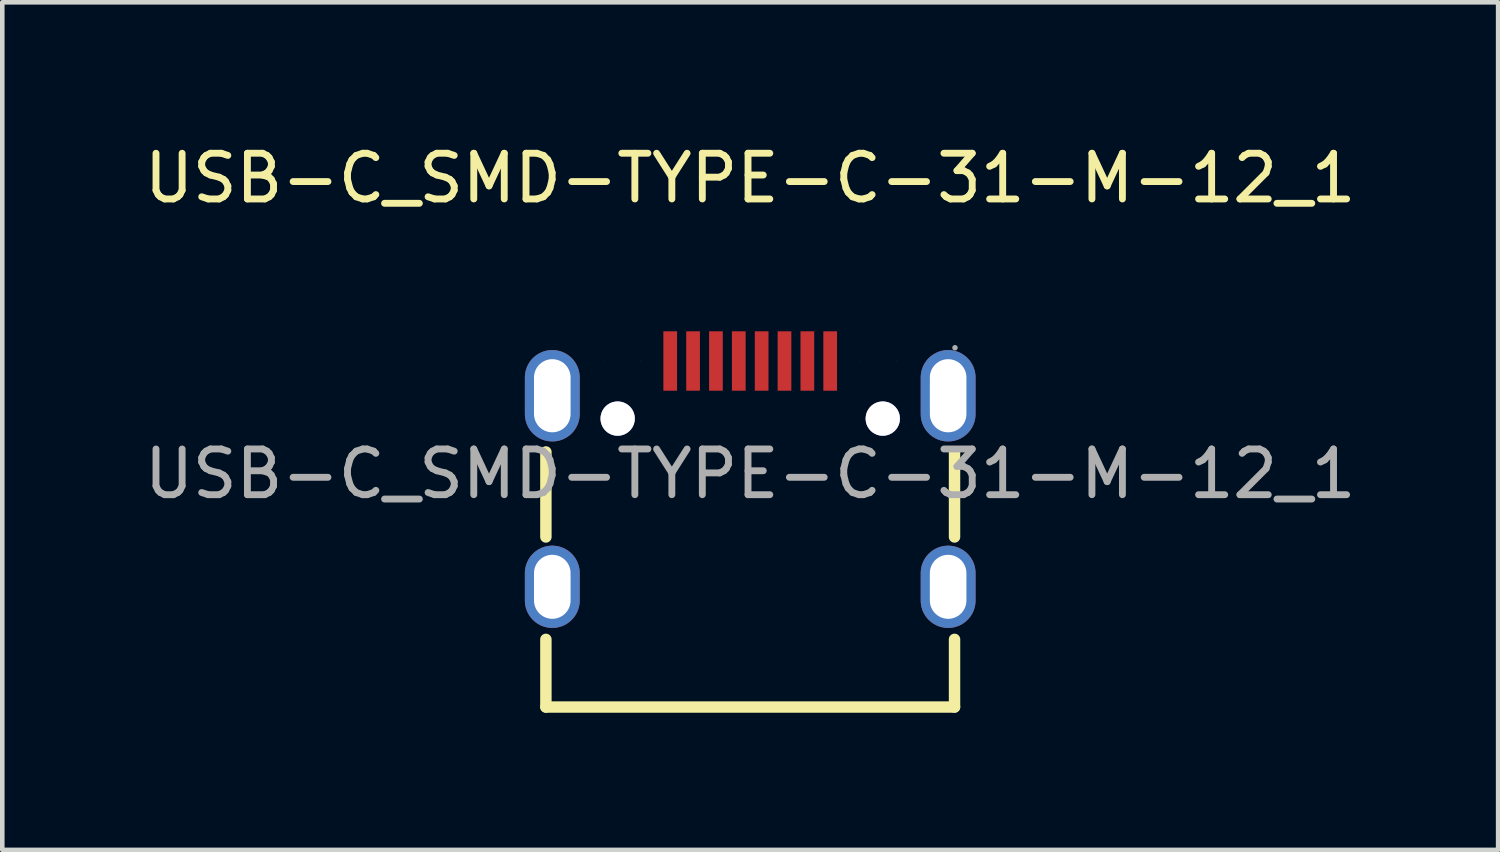
<source format=kicad_pcb>
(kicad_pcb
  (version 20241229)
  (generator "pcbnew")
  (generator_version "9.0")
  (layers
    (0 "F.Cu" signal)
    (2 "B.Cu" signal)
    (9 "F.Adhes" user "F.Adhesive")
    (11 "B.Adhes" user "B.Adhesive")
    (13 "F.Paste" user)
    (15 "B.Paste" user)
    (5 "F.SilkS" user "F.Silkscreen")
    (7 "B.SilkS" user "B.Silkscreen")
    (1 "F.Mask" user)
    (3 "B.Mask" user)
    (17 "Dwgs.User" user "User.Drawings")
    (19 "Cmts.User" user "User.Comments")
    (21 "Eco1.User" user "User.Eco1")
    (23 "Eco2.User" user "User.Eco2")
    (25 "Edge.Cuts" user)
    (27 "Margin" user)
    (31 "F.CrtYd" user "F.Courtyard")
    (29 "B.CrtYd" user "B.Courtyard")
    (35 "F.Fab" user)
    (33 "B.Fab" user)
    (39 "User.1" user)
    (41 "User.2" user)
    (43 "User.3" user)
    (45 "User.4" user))
  (footprint "USB-C_SMD-TYPE-C-31-M-12_1"
    (layer "F.Cu")
    (at 13.363 7.318)
    (property "Reference" "USB-C_SMD-TYPE-C-31-M-12_1" (at 0 -6.47 0) (layer "F.SilkS") (effects (font (size 1 1) (thickness 0.15))))
    (attr smd)
    (fp_line (start -4.47 1.38) (end -4.47 -0.48) (stroke (width 0.25) (type solid)) (layer "F.SilkS"))
    (fp_line (start -4.47 5.1) (end -4.47 3.62) (stroke (width 0.25) (type solid)) (layer "F.SilkS"))
    (fp_line (start 4.47 1.38) (end 4.47 -0.48) (stroke (width 0.25) (type solid)) (layer "F.SilkS"))
    (fp_line (start 4.47 5.1) (end -4.47 5.1) (stroke (width 0.25) (type solid)) (layer "F.SilkS"))
    (fp_line (start 4.47 5.1) (end 4.47 3.62) (stroke (width 0.25) (type solid)) (layer "F.SilkS"))
    (fp_circle (center -2.9 -1.21) (end -2.78 -1.21) (stroke (width 0.25) (type solid)) (fill no) (layer "Cmts.User"))
    (fp_circle (center 2.9 -1.21) (end 3.02 -1.21) (stroke (width 0.25) (type solid)) (fill no) (layer "Cmts.User"))
    (fp_circle (center 4.48 -2.76) (end 4.51 -2.76) (stroke (width 0.06) (type solid)) (fill no) (layer "F.Fab"))
    (fp_text user "${REFERENCE}" (at 0 0 0) (layer "F.Fab") (effects (font (size 1 1) (thickness 0.15))))
    (pad "" thru_hole circle (at -2.9 -1.21) (size 0.75 0.75) (drill 0.75) (layers "*.Cu" "*.Mask"))
    (pad "" thru_hole circle (at 2.9 -1.21) (size 0.75 0.75) (drill 0.75) (layers "*.Cu" "*.Mask"))
    (pad "1" thru_hole oval (at 4.33 -1.71) (size 1.2 2) (drill oval 0.8 1.6) (layers "*.Cu" "*.Mask"))
    (pad "2" thru_hole oval (at 4.33 2.47) (size 1.2 1.8) (drill oval 0.8 1.4) (layers "*.Cu" "*.Mask"))
    (pad "3" thru_hole oval (at -4.33 2.47) (size 1.2 1.8) (drill oval 0.8 1.4) (layers "*.Cu" "*.Mask"))
    (pad "4" thru_hole oval (at -4.33 -1.71) (size 1.2 2) (drill oval 0.8 1.6) (layers "*.Cu" "*.Mask"))
    (pad "A1B12" smd custom (at -3.2 -2.47) (size 0.01 0.01) (layers "F.Cu" "F.Mask" "F.Paste") (options (anchor circle)) (primitives))
    (pad "A4B9" smd custom (at -2.4 -2.47) (size 0.01 0.01) (layers "F.Cu" "F.Mask" "F.Paste") (options (anchor circle)) (primitives))
    (pad "A5" smd rect (at -1.25 -2.47) (size 0.3 1.3) (layers "F.Cu" "F.Mask" "F.Paste"))
    (pad "A6" smd rect (at -0.25 -2.47) (size 0.3 1.3) (layers "F.Cu" "F.Mask" "F.Paste"))
    (pad "A7" smd rect (at 0.25 -2.47) (size 0.3 1.3) (layers "F.Cu" "F.Mask" "F.Paste"))
    (pad "A8" smd rect (at 1.25 -2.47) (size 0.3 1.3) (layers "F.Cu" "F.Mask" "F.Paste"))
    (pad "B1A12" smd custom (at 3.2 -2.47) (size 0.01 0.01) (layers "F.Cu" "F.Mask" "F.Paste") (options (anchor circle)) (primitives))
    (pad "B4A9" smd custom (at 2.4 -2.47) (size 0.01 0.01) (layers "F.Cu" "F.Mask" "F.Paste") (options (anchor circle)) (primitives))
    (pad "B5" smd rect (at 1.75 -2.47) (size 0.3 1.3) (layers "F.Cu" "F.Mask" "F.Paste"))
    (pad "B6" smd rect (at 0.75 -2.47) (size 0.3 1.3) (layers "F.Cu" "F.Mask" "F.Paste"))
    (pad "B7" smd rect (at -0.75 -2.47) (size 0.3 1.3) (layers "F.Cu" "F.Mask" "F.Paste"))
    (pad "B8" smd rect (at -1.75 -2.47) (size 0.3 1.3) (layers "F.Cu" "F.Mask" "F.Paste")))
  (gr_rect
    (start -3 -3)
    (end 29.726 15.543)
    (stroke (width 0.1) (type default))
    (fill no)
    (layer "Edge.Cuts")))
</source>
